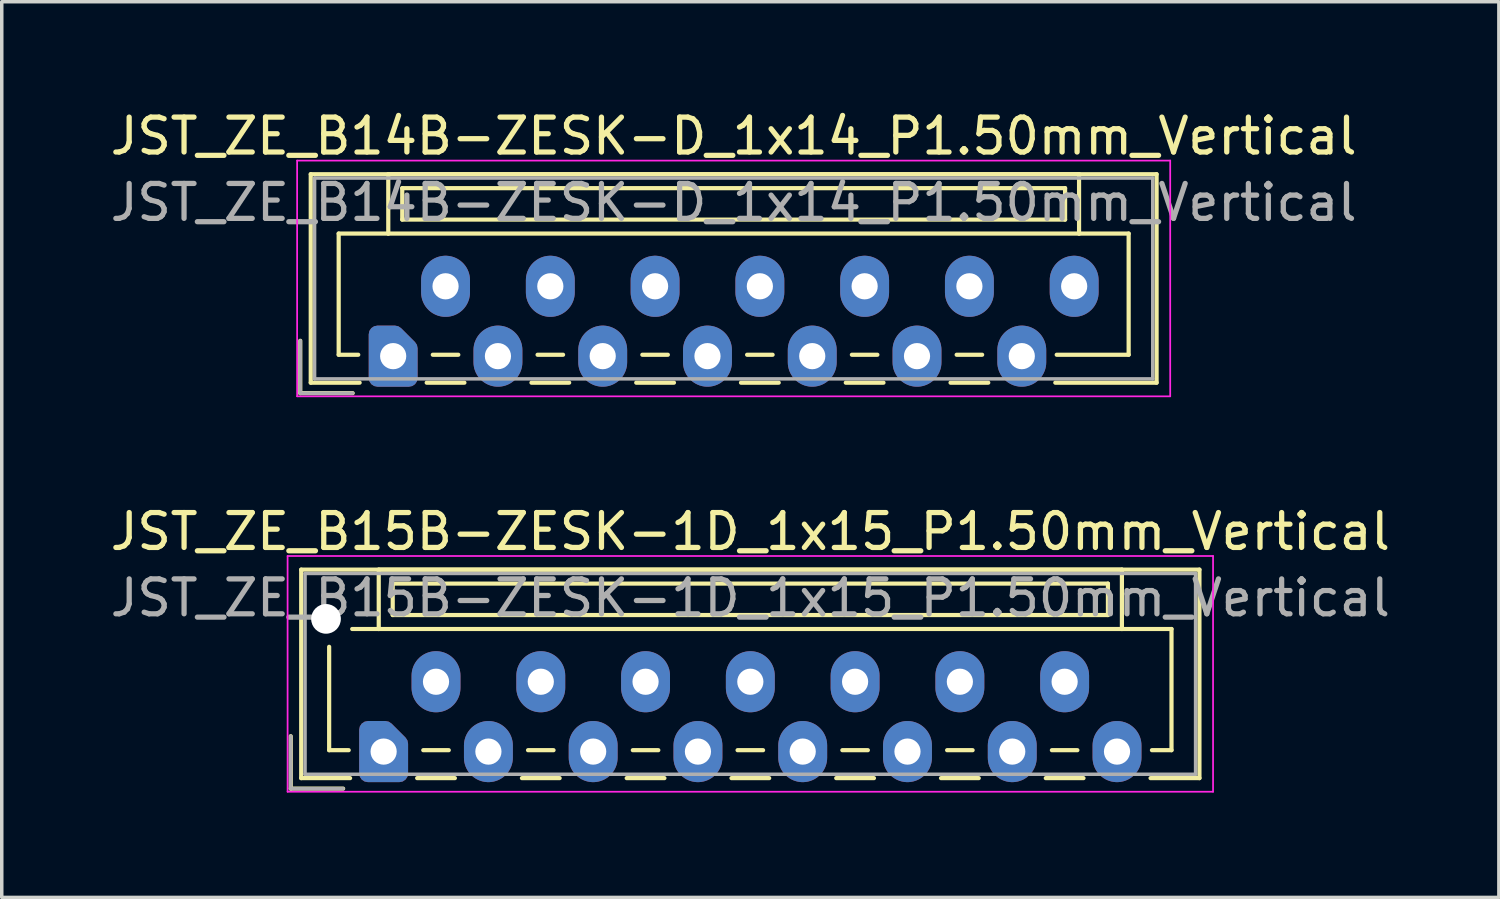
<source format=kicad_pcb>
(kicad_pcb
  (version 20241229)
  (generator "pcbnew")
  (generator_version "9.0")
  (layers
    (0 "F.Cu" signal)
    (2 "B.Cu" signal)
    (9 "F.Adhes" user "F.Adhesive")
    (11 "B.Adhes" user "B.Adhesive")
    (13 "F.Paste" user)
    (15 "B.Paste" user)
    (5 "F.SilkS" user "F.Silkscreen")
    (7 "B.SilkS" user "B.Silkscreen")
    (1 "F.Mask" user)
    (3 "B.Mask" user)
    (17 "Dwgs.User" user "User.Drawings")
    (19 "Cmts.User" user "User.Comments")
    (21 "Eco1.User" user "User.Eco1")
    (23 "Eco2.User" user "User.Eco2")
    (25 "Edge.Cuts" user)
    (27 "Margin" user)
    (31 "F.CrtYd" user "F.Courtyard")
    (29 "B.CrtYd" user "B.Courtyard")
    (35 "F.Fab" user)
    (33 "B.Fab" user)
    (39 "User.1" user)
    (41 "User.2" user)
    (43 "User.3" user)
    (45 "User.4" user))
  (footprint "JST_ZE_B15B-ZESK-1D_1x15_P1.50mm_Vertical"
    (layer "F.Cu")
    (at 7.935 18.471)
    (property "Reference" "JST_ZE_B15B-ZESK-1D_1x15_P1.50mm_Vertical" (at 10.5 -6.3 0) (layer "F.SilkS") (effects (font (size 1 1) (thickness 0.15))))
    (attr through_hole)
    (fp_line (start -2.66 -0.44) (end -2.66 1.06) (stroke (width 0.12) (type solid)) (layer "F.SilkS"))
    (fp_line (start -2.66 1.06) (end -1.16 1.06) (stroke (width 0.12) (type solid)) (layer "F.SilkS"))
    (fp_line (start -2.36 -5.21) (end 23.36 -5.21) (stroke (width 0.12) (type solid)) (layer "F.SilkS"))
    (fp_line (start -2.36 0.76) (end -2.36 -5.21) (stroke (width 0.12) (type solid)) (layer "F.SilkS"))
    (fp_line (start -1.56 -3) (end -1.56 -0.04) (stroke (width 0.12) (type solid)) (layer "F.SilkS"))
    (fp_line (start -1.56 -0.04) (end -1 -0.04) (stroke (width 0.12) (type solid)) (layer "F.SilkS"))
    (fp_line (start -0.96 0.76) (end -2.36 0.76) (stroke (width 0.12) (type solid)) (layer "F.SilkS"))
    (fp_line (start -0.14 -5.21) (end -0.14 -3.51) (stroke (width 0.12) (type solid)) (layer "F.SilkS"))
    (fp_line (start -0.14 -3.51) (end -0.9 -3.51) (stroke (width 0.12) (type solid)) (layer "F.SilkS"))
    (fp_line (start -0.14 -3.51) (end 21.14 -3.51) (stroke (width 0.12) (type solid)) (layer "F.SilkS"))
    (fp_line (start 0.26 -4.81) (end 0.26 -3.91) (stroke (width 0.12) (type solid)) (layer "F.SilkS"))
    (fp_line (start 0.26 -3.91) (end 20.74 -3.91) (stroke (width 0.12) (type solid)) (layer "F.SilkS"))
    (fp_line (start 0.96 0.76) (end 2.04 0.76) (stroke (width 0.12) (type solid)) (layer "F.SilkS"))
    (fp_line (start 1.135 -0.04) (end 1.865 -0.04) (stroke (width 0.12) (type solid)) (layer "F.SilkS"))
    (fp_line (start 3.96 0.76) (end 5.04 0.76) (stroke (width 0.12) (type solid)) (layer "F.SilkS"))
    (fp_line (start 4.135 -0.04) (end 4.865 -0.04) (stroke (width 0.12) (type solid)) (layer "F.SilkS"))
    (fp_line (start 6.96 0.76) (end 8.04 0.76) (stroke (width 0.12) (type solid)) (layer "F.SilkS"))
    (fp_line (start 7.135 -0.04) (end 7.865 -0.04) (stroke (width 0.12) (type solid)) (layer "F.SilkS"))
    (fp_line (start 9.96 0.76) (end 11.04 0.76) (stroke (width 0.12) (type solid)) (layer "F.SilkS"))
    (fp_line (start 10.135 -0.04) (end 10.865 -0.04) (stroke (width 0.12) (type solid)) (layer "F.SilkS"))
    (fp_line (start 12.96 0.76) (end 14.04 0.76) (stroke (width 0.12) (type solid)) (layer "F.SilkS"))
    (fp_line (start 13.135 -0.04) (end 13.865 -0.04) (stroke (width 0.12) (type solid)) (layer "F.SilkS"))
    (fp_line (start 15.96 0.76) (end 17.04 0.76) (stroke (width 0.12) (type solid)) (layer "F.SilkS"))
    (fp_line (start 16.135 -0.04) (end 16.865 -0.04) (stroke (width 0.12) (type solid)) (layer "F.SilkS"))
    (fp_line (start 18.96 0.76) (end 20.04 0.76) (stroke (width 0.12) (type solid)) (layer "F.SilkS"))
    (fp_line (start 19.135 -0.04) (end 19.865 -0.04) (stroke (width 0.12) (type solid)) (layer "F.SilkS"))
    (fp_line (start 20.74 -4.81) (end 0.26 -4.81) (stroke (width 0.12) (type solid)) (layer "F.SilkS"))
    (fp_line (start 20.74 -3.91) (end 20.74 -4.81) (stroke (width 0.12) (type solid)) (layer "F.SilkS"))
    (fp_line (start 21.14 -5.21) (end -0.14 -5.21) (stroke (width 0.12) (type solid)) (layer "F.SilkS"))
    (fp_line (start 21.14 -3.51) (end 21.14 -5.21) (stroke (width 0.12) (type solid)) (layer "F.SilkS"))
    (fp_line (start 21.14 -3.51) (end 22.56 -3.51) (stroke (width 0.12) (type solid)) (layer "F.SilkS"))
    (fp_line (start 22.56 -3.51) (end 22.56 -0.04) (stroke (width 0.12) (type solid)) (layer "F.SilkS"))
    (fp_line (start 22.56 -0.04) (end 22 -0.04) (stroke (width 0.12) (type solid)) (layer "F.SilkS"))
    (fp_line (start 23.36 -5.21) (end 23.36 0.76) (stroke (width 0.12) (type solid)) (layer "F.SilkS"))
    (fp_line (start 23.36 0.76) (end 21.96 0.76) (stroke (width 0.12) (type solid)) (layer "F.SilkS"))
    (fp_line (start -2.75 -5.6) (end -2.75 1.15) (stroke (width 0.05) (type solid)) (layer "F.CrtYd"))
    (fp_line (start -2.75 1.15) (end 23.75 1.15) (stroke (width 0.05) (type solid)) (layer "F.CrtYd"))
    (fp_line (start 23.75 -5.6) (end -2.75 -5.6) (stroke (width 0.05) (type solid)) (layer "F.CrtYd"))
    (fp_line (start 23.75 1.15) (end 23.75 -5.6) (stroke (width 0.05) (type solid)) (layer "F.CrtYd"))
    (fp_line (start -2.66 -0.44) (end -2.66 1.06) (stroke (width 0.1) (type solid)) (layer "F.Fab"))
    (fp_line (start -2.66 1.06) (end -1.16 1.06) (stroke (width 0.1) (type solid)) (layer "F.Fab"))
    (fp_line (start -2.25 -5.1) (end -2.25 0.65) (stroke (width 0.1) (type solid)) (layer "F.Fab"))
    (fp_line (start -2.25 0.65) (end 23.25 0.65) (stroke (width 0.1) (type solid)) (layer "F.Fab"))
    (fp_line (start 23.25 -5.1) (end -2.25 -5.1) (stroke (width 0.1) (type solid)) (layer "F.Fab"))
    (fp_line (start 23.25 0.65) (end 23.25 -5.1) (stroke (width 0.1) (type solid)) (layer "F.Fab"))
    (fp_text user "${REFERENCE}" (at 10.5 -4.4 0) (layer "F.Fab") (effects (font (size 1 1) (thickness 0.15))))
    (pad "" np_thru_hole circle (at -1.65 -3.8) (size 0.85 0.85) (drill 0.85) (layers "*.Cu" "*.Mask"))
    (pad "1" thru_hole custom (at 0 0) (size 1.117 1.117) (drill 0.75) (layers "*.Cu" "*.Mask") (options (anchor circle)) (primitives (gr_poly (pts (xy -0.45 -0.625) (xy 0.05 -0.625) (xy 0.45 -0.225) (xy 0.45 0.625) (xy -0.45 0.625)) (width 0.5) (fill yes))))
    (pad "2" thru_hole oval (at 1.5 -2) (size 1.4 1.75) (drill 0.75) (layers "*.Cu" "*.Mask"))
    (pad "3" thru_hole oval (at 3 0) (size 1.4 1.75) (drill 0.75) (layers "*.Cu" "*.Mask"))
    (pad "4" thru_hole oval (at 4.5 -2) (size 1.4 1.75) (drill 0.75) (layers "*.Cu" "*.Mask"))
    (pad "5" thru_hole oval (at 6 0) (size 1.4 1.75) (drill 0.75) (layers "*.Cu" "*.Mask"))
    (pad "6" thru_hole oval (at 7.5 -2) (size 1.4 1.75) (drill 0.75) (layers "*.Cu" "*.Mask"))
    (pad "7" thru_hole oval (at 9 0) (size 1.4 1.75) (drill 0.75) (layers "*.Cu" "*.Mask"))
    (pad "8" thru_hole oval (at 10.5 -2) (size 1.4 1.75) (drill 0.75) (layers "*.Cu" "*.Mask"))
    (pad "9" thru_hole oval (at 12 0) (size 1.4 1.75) (drill 0.75) (layers "*.Cu" "*.Mask"))
    (pad "10" thru_hole oval (at 13.5 -2) (size 1.4 1.75) (drill 0.75) (layers "*.Cu" "*.Mask"))
    (pad "11" thru_hole oval (at 15 0) (size 1.4 1.75) (drill 0.75) (layers "*.Cu" "*.Mask"))
    (pad "12" thru_hole oval (at 16.5 -2) (size 1.4 1.75) (drill 0.75) (layers "*.Cu" "*.Mask"))
    (pad "13" thru_hole oval (at 18 0) (size 1.4 1.75) (drill 0.75) (layers "*.Cu" "*.Mask"))
    (pad "14" thru_hole oval (at 19.5 -2) (size 1.4 1.75) (drill 0.75) (layers "*.Cu" "*.Mask"))
    (pad "15" thru_hole oval (at 21 0) (size 1.4 1.75) (drill 0.75) (layers "*.Cu" "*.Mask")))
  (footprint "JST_ZE_B14B-ZESK-D_1x14_P1.50mm_Vertical"
    (layer "F.Cu")
    (at 8.208 7.148)
    (property "Reference" "JST_ZE_B14B-ZESK-D_1x14_P1.50mm_Vertical" (at 9.75 -6.3 0) (layer "F.SilkS") (effects (font (size 1 1) (thickness 0.15))))
    (attr through_hole)
    (fp_line (start -2.66 -0.44) (end -2.66 1.06) (stroke (width 0.12) (type solid)) (layer "F.SilkS"))
    (fp_line (start -2.66 1.06) (end -1.16 1.06) (stroke (width 0.12) (type solid)) (layer "F.SilkS"))
    (fp_line (start -2.36 -5.21) (end 21.86 -5.21) (stroke (width 0.12) (type solid)) (layer "F.SilkS"))
    (fp_line (start -2.36 0.76) (end -2.36 -5.21) (stroke (width 0.12) (type solid)) (layer "F.SilkS"))
    (fp_line (start -1.56 -3.51) (end -1.56 -0.04) (stroke (width 0.12) (type solid)) (layer "F.SilkS"))
    (fp_line (start -1.56 -0.04) (end -1 -0.04) (stroke (width 0.12) (type solid)) (layer "F.SilkS"))
    (fp_line (start -0.96 0.76) (end -2.36 0.76) (stroke (width 0.12) (type solid)) (layer "F.SilkS"))
    (fp_line (start -0.14 -5.21) (end -0.14 -3.51) (stroke (width 0.12) (type solid)) (layer "F.SilkS"))
    (fp_line (start -0.14 -3.51) (end -1.56 -3.51) (stroke (width 0.12) (type solid)) (layer "F.SilkS"))
    (fp_line (start -0.14 -3.51) (end 19.64 -3.51) (stroke (width 0.12) (type solid)) (layer "F.SilkS"))
    (fp_line (start 0.26 -4.81) (end 0.26 -3.91) (stroke (width 0.12) (type solid)) (layer "F.SilkS"))
    (fp_line (start 0.26 -3.91) (end 19.24 -3.91) (stroke (width 0.12) (type solid)) (layer "F.SilkS"))
    (fp_line (start 0.96 0.76) (end 2.04 0.76) (stroke (width 0.12) (type solid)) (layer "F.SilkS"))
    (fp_line (start 1.135 -0.04) (end 1.865 -0.04) (stroke (width 0.12) (type solid)) (layer "F.SilkS"))
    (fp_line (start 3.96 0.76) (end 5.04 0.76) (stroke (width 0.12) (type solid)) (layer "F.SilkS"))
    (fp_line (start 4.135 -0.04) (end 4.865 -0.04) (stroke (width 0.12) (type solid)) (layer "F.SilkS"))
    (fp_line (start 6.96 0.76) (end 8.04 0.76) (stroke (width 0.12) (type solid)) (layer "F.SilkS"))
    (fp_line (start 7.135 -0.04) (end 7.865 -0.04) (stroke (width 0.12) (type solid)) (layer "F.SilkS"))
    (fp_line (start 9.96 0.76) (end 11.04 0.76) (stroke (width 0.12) (type solid)) (layer "F.SilkS"))
    (fp_line (start 10.135 -0.04) (end 10.865 -0.04) (stroke (width 0.12) (type solid)) (layer "F.SilkS"))
    (fp_line (start 12.96 0.76) (end 14.04 0.76) (stroke (width 0.12) (type solid)) (layer "F.SilkS"))
    (fp_line (start 13.135 -0.04) (end 13.865 -0.04) (stroke (width 0.12) (type solid)) (layer "F.SilkS"))
    (fp_line (start 15.96 0.76) (end 17.04 0.76) (stroke (width 0.12) (type solid)) (layer "F.SilkS"))
    (fp_line (start 16.135 -0.04) (end 16.865 -0.04) (stroke (width 0.12) (type solid)) (layer "F.SilkS"))
    (fp_line (start 19.24 -4.81) (end 0.26 -4.81) (stroke (width 0.12) (type solid)) (layer "F.SilkS"))
    (fp_line (start 19.24 -3.91) (end 19.24 -4.81) (stroke (width 0.12) (type solid)) (layer "F.SilkS"))
    (fp_line (start 19.64 -5.21) (end -0.14 -5.21) (stroke (width 0.12) (type solid)) (layer "F.SilkS"))
    (fp_line (start 19.64 -3.51) (end 19.64 -5.21) (stroke (width 0.12) (type solid)) (layer "F.SilkS"))
    (fp_line (start 19.64 -3.51) (end 21.06 -3.51) (stroke (width 0.12) (type solid)) (layer "F.SilkS"))
    (fp_line (start 21.06 -3.51) (end 21.06 -0.04) (stroke (width 0.12) (type solid)) (layer "F.SilkS"))
    (fp_line (start 21.06 -0.04) (end 19 -0.04) (stroke (width 0.12) (type solid)) (layer "F.SilkS"))
    (fp_line (start 21.86 -5.21) (end 21.86 0.76) (stroke (width 0.12) (type solid)) (layer "F.SilkS"))
    (fp_line (start 21.86 0.76) (end 18.96 0.76) (stroke (width 0.12) (type solid)) (layer "F.SilkS"))
    (fp_line (start -2.75 -5.6) (end -2.75 1.15) (stroke (width 0.05) (type solid)) (layer "F.CrtYd"))
    (fp_line (start -2.75 1.15) (end 22.25 1.15) (stroke (width 0.05) (type solid)) (layer "F.CrtYd"))
    (fp_line (start 22.25 -5.6) (end -2.75 -5.6) (stroke (width 0.05) (type solid)) (layer "F.CrtYd"))
    (fp_line (start 22.25 1.15) (end 22.25 -5.6) (stroke (width 0.05) (type solid)) (layer "F.CrtYd"))
    (fp_line (start -2.66 -0.44) (end -2.66 1.06) (stroke (width 0.1) (type solid)) (layer "F.Fab"))
    (fp_line (start -2.66 1.06) (end -1.16 1.06) (stroke (width 0.1) (type solid)) (layer "F.Fab"))
    (fp_line (start -2.25 -5.1) (end -2.25 0.65) (stroke (width 0.1) (type solid)) (layer "F.Fab"))
    (fp_line (start -2.25 0.65) (end 21.75 0.65) (stroke (width 0.1) (type solid)) (layer "F.Fab"))
    (fp_line (start 21.75 -5.1) (end -2.25 -5.1) (stroke (width 0.1) (type solid)) (layer "F.Fab"))
    (fp_line (start 21.75 0.65) (end 21.75 -5.1) (stroke (width 0.1) (type solid)) (layer "F.Fab"))
    (fp_text user "${REFERENCE}" (at 9.75 -4.4 0) (layer "F.Fab") (effects (font (size 1 1) (thickness 0.15))))
    (pad "1" thru_hole custom (at 0 0) (size 1.117 1.117) (drill 0.75) (layers "*.Cu" "*.Mask") (options (anchor circle)) (primitives (gr_poly (pts (xy -0.45 -0.625) (xy 0.05 -0.625) (xy 0.45 -0.225) (xy 0.45 0.625) (xy -0.45 0.625)) (width 0.5) (fill yes))))
    (pad "2" thru_hole oval (at 1.5 -2) (size 1.4 1.75) (drill 0.75) (layers "*.Cu" "*.Mask"))
    (pad "3" thru_hole oval (at 3 0) (size 1.4 1.75) (drill 0.75) (layers "*.Cu" "*.Mask"))
    (pad "4" thru_hole oval (at 4.5 -2) (size 1.4 1.75) (drill 0.75) (layers "*.Cu" "*.Mask"))
    (pad "5" thru_hole oval (at 6 0) (size 1.4 1.75) (drill 0.75) (layers "*.Cu" "*.Mask"))
    (pad "6" thru_hole oval (at 7.5 -2) (size 1.4 1.75) (drill 0.75) (layers "*.Cu" "*.Mask"))
    (pad "7" thru_hole oval (at 9 0) (size 1.4 1.75) (drill 0.75) (layers "*.Cu" "*.Mask"))
    (pad "8" thru_hole oval (at 10.5 -2) (size 1.4 1.75) (drill 0.75) (layers "*.Cu" "*.Mask"))
    (pad "9" thru_hole oval (at 12 0) (size 1.4 1.75) (drill 0.75) (layers "*.Cu" "*.Mask"))
    (pad "10" thru_hole oval (at 13.5 -2) (size 1.4 1.75) (drill 0.75) (layers "*.Cu" "*.Mask"))
    (pad "11" thru_hole oval (at 15 0) (size 1.4 1.75) (drill 0.75) (layers "*.Cu" "*.Mask"))
    (pad "12" thru_hole oval (at 16.5 -2) (size 1.4 1.75) (drill 0.75) (layers "*.Cu" "*.Mask"))
    (pad "13" thru_hole oval (at 18 0) (size 1.4 1.75) (drill 0.75) (layers "*.Cu" "*.Mask"))
    (pad "14" thru_hole oval (at 19.5 -2) (size 1.4 1.75) (drill 0.75) (layers "*.Cu" "*.Mask")))
  (gr_rect
    (start -3 -3)
    (end 39.869 22.646)
    (stroke (width 0.1) (type default))
    (fill no)
    (layer "Edge.Cuts")))
</source>
